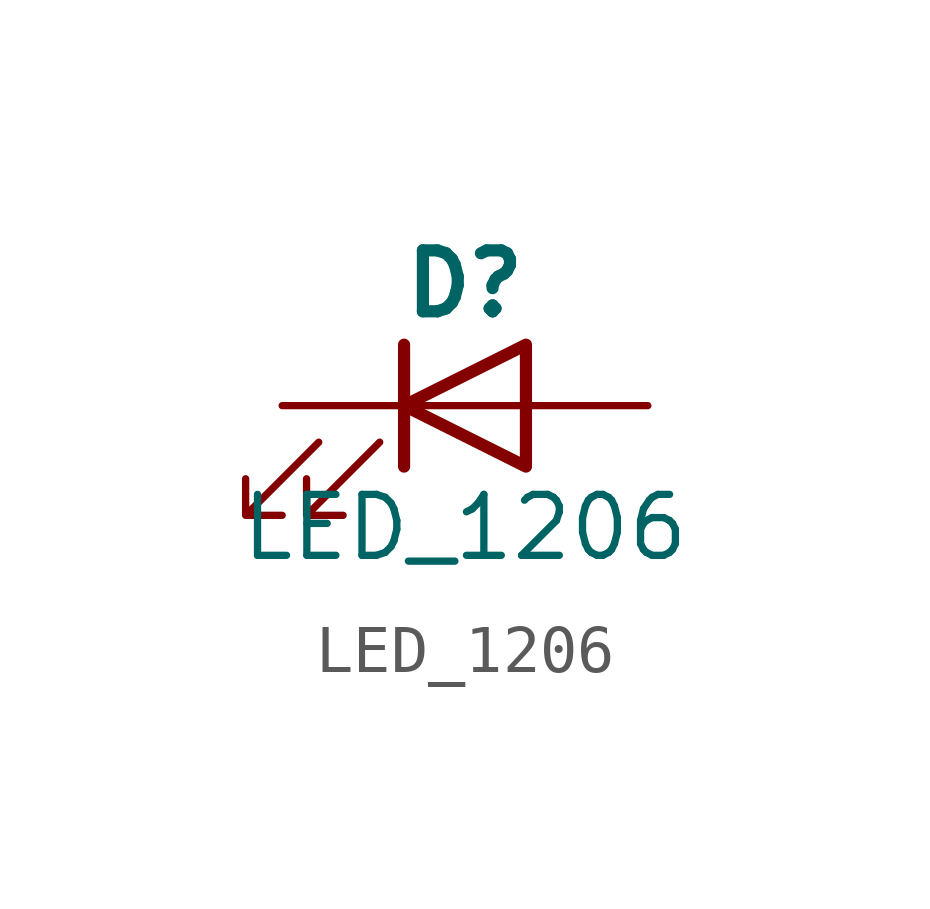
<source format=kicad_sym>
(kicad_symbol_lib
  (version 20220914)
  (generator kicad_symbol_editor)
  (symbol "LED_1206"
    (pin_numbers hide)
    (pin_names
      (offset 1.016) hide)
    (property "Reference" "D"
      (at 0 2.54 0)
      (effects (font (size 1.27 1.27) bold)))
    (property "Value" "LED_1206"
      (at 0 -2.54 0)
      (effects (font (size 1.27 1.27))))
    (symbol "LED_1206_0_1"
      (polyline (pts (xy -1.27 -1.27) (xy -1.27 1.27)) (stroke (width 0.254) (type default)) (fill (type none)))
      (polyline (pts (xy -1.27 0) (xy 1.27 0)) (stroke (width 0) (type default)) (fill (type none)))
      (polyline (pts (xy 1.27 -1.27) (xy 1.27 1.27) (xy -1.27 0) (xy 1.27 -1.27)) (stroke (width 0.254) (type default)) (fill (type none)))
      (polyline (pts (xy -3.048 -0.762) (xy -4.572 -2.286) (xy -3.81 -2.286) (xy -4.572 -2.286) (xy -4.572 -1.524)) (stroke (width 0) (type default)) (fill (type none)))
      (polyline (pts (xy -1.778 -0.762) (xy -3.302 -2.286) (xy -2.54 -2.286) (xy -3.302 -2.286) (xy -3.302 -1.524)) (stroke (width 0) (type default)) (fill (type none))))
    (symbol "LED_1206_1_1"
      (pin passive line (at -3.81 0 0) (length 2.54) (name "K" (effects (font (size 1.27 1.27)))) (number "1" (effects (font (size 1.27 1.27)))))
      (pin passive line (at 3.81 0 180) (length 2.54) (name "A" (effects (font (size 1.27 1.27)))) (number "2" (effects (font (size 1.27 1.27))))))))
</source>
